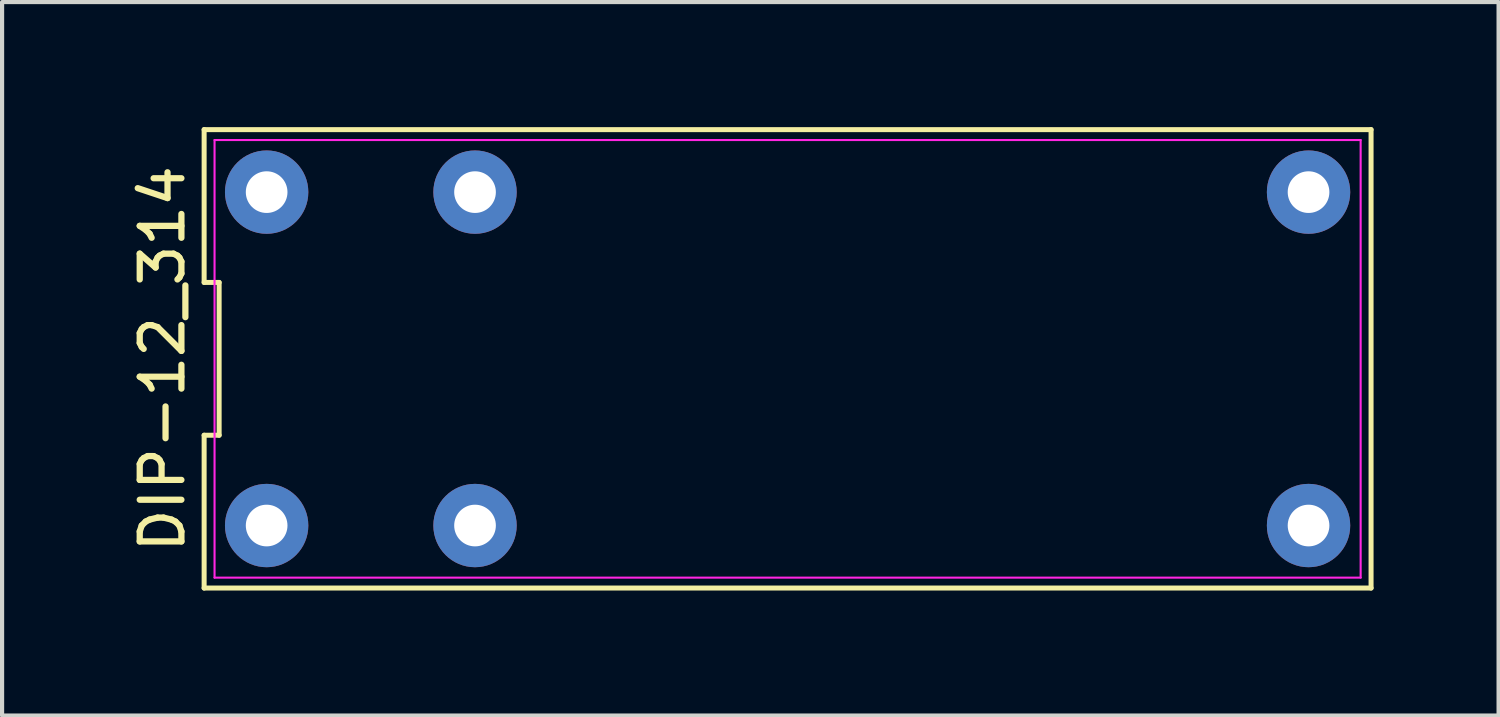
<source format=kicad_pcb>
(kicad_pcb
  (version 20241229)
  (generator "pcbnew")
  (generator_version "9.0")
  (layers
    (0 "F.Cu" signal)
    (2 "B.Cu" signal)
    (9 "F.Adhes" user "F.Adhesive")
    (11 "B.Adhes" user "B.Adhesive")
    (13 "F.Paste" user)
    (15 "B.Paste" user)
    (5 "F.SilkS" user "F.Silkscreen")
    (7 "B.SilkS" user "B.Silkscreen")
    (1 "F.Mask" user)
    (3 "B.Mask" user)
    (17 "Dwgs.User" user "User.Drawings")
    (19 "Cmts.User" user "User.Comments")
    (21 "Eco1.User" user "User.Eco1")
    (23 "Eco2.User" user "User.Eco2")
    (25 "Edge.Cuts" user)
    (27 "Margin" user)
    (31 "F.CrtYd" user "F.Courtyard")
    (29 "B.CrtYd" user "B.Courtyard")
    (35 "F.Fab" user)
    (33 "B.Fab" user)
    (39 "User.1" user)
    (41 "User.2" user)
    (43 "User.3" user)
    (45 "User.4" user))
  (footprint "DIP-12_314"
    (layer "F.Cu")
    (at 15.848 5.56)
    (property "Reference" "DIP-12_314" (at -15 0 90) (layer "F.SilkS") (effects (font (size 1 1) (thickness 0.15))))
    (attr through_hole)
    (fp_line (start -14 -5.5) (end -14 -1.833) (stroke (width 0.12) (type solid)) (layer "F.SilkS"))
    (fp_line (start -14 -1.833) (end -13.64 -1.833) (stroke (width 0.12) (type solid)) (layer "F.SilkS"))
    (fp_line (start -14 1.833) (end -14 5.5) (stroke (width 0.12) (type solid)) (layer "F.SilkS"))
    (fp_line (start -14 5.5) (end 14 5.5) (stroke (width 0.12) (type solid)) (layer "F.SilkS"))
    (fp_line (start -13.64 -1.833) (end -13.64 1.833) (stroke (width 0.12) (type solid)) (layer "F.SilkS"))
    (fp_line (start -13.64 1.833) (end -14 1.833) (stroke (width 0.12) (type solid)) (layer "F.SilkS"))
    (fp_line (start 14 -5.5) (end -14 -5.5) (stroke (width 0.12) (type solid)) (layer "F.SilkS"))
    (fp_line (start 14 5.5) (end 14 -5.5) (stroke (width 0.12) (type solid)) (layer "F.SilkS"))
    (fp_line (start -13.75 -5.25) (end 13.75 -5.25) (stroke (width 0.05) (type solid)) (layer "F.CrtYd"))
    (fp_line (start -13.75 5.25) (end -13.75 -5.25) (stroke (width 0.05) (type solid)) (layer "F.CrtYd"))
    (fp_line (start 13.75 -5.25) (end 13.75 5.25) (stroke (width 0.05) (type solid)) (layer "F.CrtYd"))
    (fp_line (start 13.75 5.25) (end -13.75 5.25) (stroke (width 0.05) (type solid)) (layer "F.CrtYd"))
    (pad "1" thru_hole circle (at 12.5 -4) (size 2 2) (drill 1) (layers "*.Cu" "*.Mask"))
    (pad "3" thru_hole circle (at -7.5 4) (size 2 2) (drill 1) (layers "*.Cu" "*.Mask"))
    (pad "4" thru_hole circle (at -12.5 4) (size 2 2) (drill 1) (layers "*.Cu" "*.Mask"))
    (pad "5" thru_hole circle (at -12.5 -4) (size 2 2) (drill 1) (layers "*.Cu" "*.Mask"))
    (pad "6" thru_hole circle (at -7.5 -4) (size 2 2) (drill 1) (layers "*.Cu" "*.Mask"))
    (pad "8" thru_hole circle (at 12.5 4) (size 2 2) (drill 1) (layers "*.Cu" "*.Mask")))
  (gr_rect
    (start -3 -3)
    (end 32.908 14.12)
    (stroke (width 0.1) (type default))
    (fill no)
    (layer "Edge.Cuts")))
</source>
